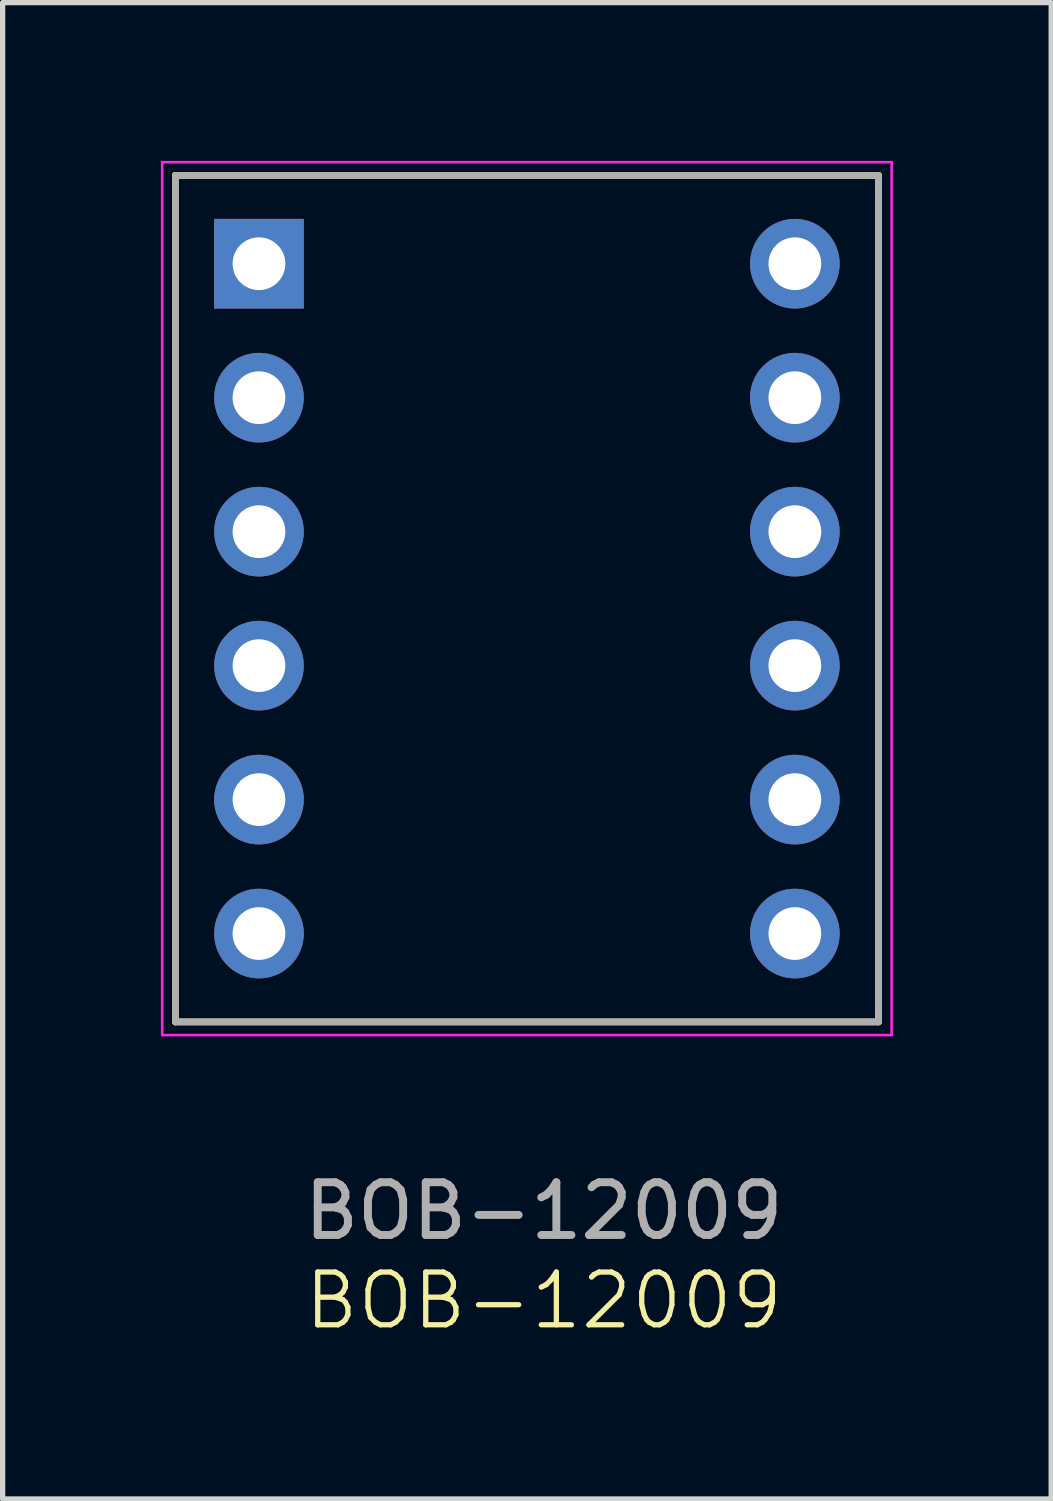
<source format=kicad_pcb>
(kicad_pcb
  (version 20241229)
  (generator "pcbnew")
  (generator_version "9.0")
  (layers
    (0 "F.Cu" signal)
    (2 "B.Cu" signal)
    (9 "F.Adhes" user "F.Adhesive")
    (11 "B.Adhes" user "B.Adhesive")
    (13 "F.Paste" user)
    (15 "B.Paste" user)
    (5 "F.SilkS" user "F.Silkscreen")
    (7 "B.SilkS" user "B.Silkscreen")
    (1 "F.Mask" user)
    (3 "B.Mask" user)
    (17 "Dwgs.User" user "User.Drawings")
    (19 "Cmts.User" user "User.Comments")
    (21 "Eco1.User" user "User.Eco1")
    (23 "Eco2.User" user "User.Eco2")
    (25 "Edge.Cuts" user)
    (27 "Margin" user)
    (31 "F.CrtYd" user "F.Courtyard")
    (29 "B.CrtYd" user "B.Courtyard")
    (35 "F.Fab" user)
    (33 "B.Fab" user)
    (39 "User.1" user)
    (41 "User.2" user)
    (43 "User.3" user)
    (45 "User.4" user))
  (footprint "BOB-12009"
    (layer "F.Cu")
    (at 7.32 8.27)
    (property "Reference" "BOB-12009" (at -0.06 13.34 0) (unlocked yes) (layer "F.SilkS") (effects (font (size 1 1) (thickness 0.1))))
    (attr through_hole)
    (fp_line (start -7.045 -7.995) (end 6.285 -7.995) (stroke (width 0.127) (type solid)) (layer "F.SilkS"))
    (fp_line (start -7.045 8.055) (end -7.045 -7.995) (stroke (width 0.127) (type solid)) (layer "F.SilkS"))
    (fp_line (start 6.285 -7.995) (end 6.285 8.055) (stroke (width 0.127) (type solid)) (layer "F.SilkS"))
    (fp_line (start 6.285 8.055) (end -7.045 8.055) (stroke (width 0.127) (type solid)) (layer "F.SilkS"))
    (fp_line (start -7.295 -8.245) (end -7.295 8.305) (stroke (width 0.05) (type solid)) (layer "F.CrtYd"))
    (fp_line (start -7.295 8.305) (end 6.535 8.305) (stroke (width 0.05) (type solid)) (layer "F.CrtYd"))
    (fp_line (start 6.535 -8.245) (end -7.295 -8.245) (stroke (width 0.05) (type solid)) (layer "F.CrtYd"))
    (fp_line (start 6.535 8.305) (end 6.535 -8.245) (stroke (width 0.05) (type solid)) (layer "F.CrtYd"))
    (fp_line (start -7.045 -7.995) (end 6.285 -7.995) (stroke (width 0.127) (type solid)) (layer "F.Fab"))
    (fp_line (start -7.045 8.055) (end -7.045 -7.995) (stroke (width 0.127) (type solid)) (layer "F.Fab"))
    (fp_line (start 6.285 -7.995) (end 6.285 8.055) (stroke (width 0.127) (type solid)) (layer "F.Fab"))
    (fp_line (start 6.285 8.055) (end -7.045 8.055) (stroke (width 0.127) (type solid)) (layer "F.Fab"))
    (fp_text user "${REFERENCE}" (at -0.06 11.64 0) (unlocked yes) (layer "F.Fab") (effects (font (size 1 1) (thickness 0.15))))
    (pad "1" thru_hole rect (at -5.46 -6.32) (size 1.7 1.7) (drill 1) (layers "*.Cu" "*.Mask"))
    (pad "2" thru_hole circle (at -5.46 -3.78) (size 1.7 1.7) (drill 1) (layers "*.Cu" "*.Mask"))
    (pad "3" thru_hole circle (at -5.46 -1.24) (size 1.7 1.7) (drill 1) (layers "*.Cu" "*.Mask"))
    (pad "4" thru_hole circle (at -5.46 1.3) (size 1.7 1.7) (drill 1) (layers "*.Cu" "*.Mask"))
    (pad "5" thru_hole circle (at -5.46 3.84) (size 1.7 1.7) (drill 1) (layers "*.Cu" "*.Mask"))
    (pad "6" thru_hole circle (at -5.46 6.38) (size 1.7 1.7) (drill 1) (layers "*.Cu" "*.Mask"))
    (pad "7" thru_hole circle (at 4.7 -6.32) (size 1.7 1.7) (drill 1) (layers "*.Cu" "*.Mask"))
    (pad "8" thru_hole circle (at 4.7 -3.78) (size 1.7 1.7) (drill 1) (layers "*.Cu" "*.Mask"))
    (pad "9" thru_hole circle (at 4.7 -1.24) (size 1.7 1.7) (drill 1) (layers "*.Cu" "*.Mask"))
    (pad "10" thru_hole circle (at 4.7 1.3) (size 1.7 1.7) (drill 1) (layers "*.Cu" "*.Mask"))
    (pad "11" thru_hole circle (at 4.7 3.84) (size 1.7 1.7) (drill 1) (layers "*.Cu" "*.Mask"))
    (pad "12" thru_hole circle (at 4.7 6.38) (size 1.7 1.7) (drill 1) (layers "*.Cu" "*.Mask")))
  (gr_rect
    (start -3 -3)
    (end 16.88 25.37)
    (stroke (width 0.1) (type default))
    (fill no)
    (layer "Edge.Cuts")))
</source>
